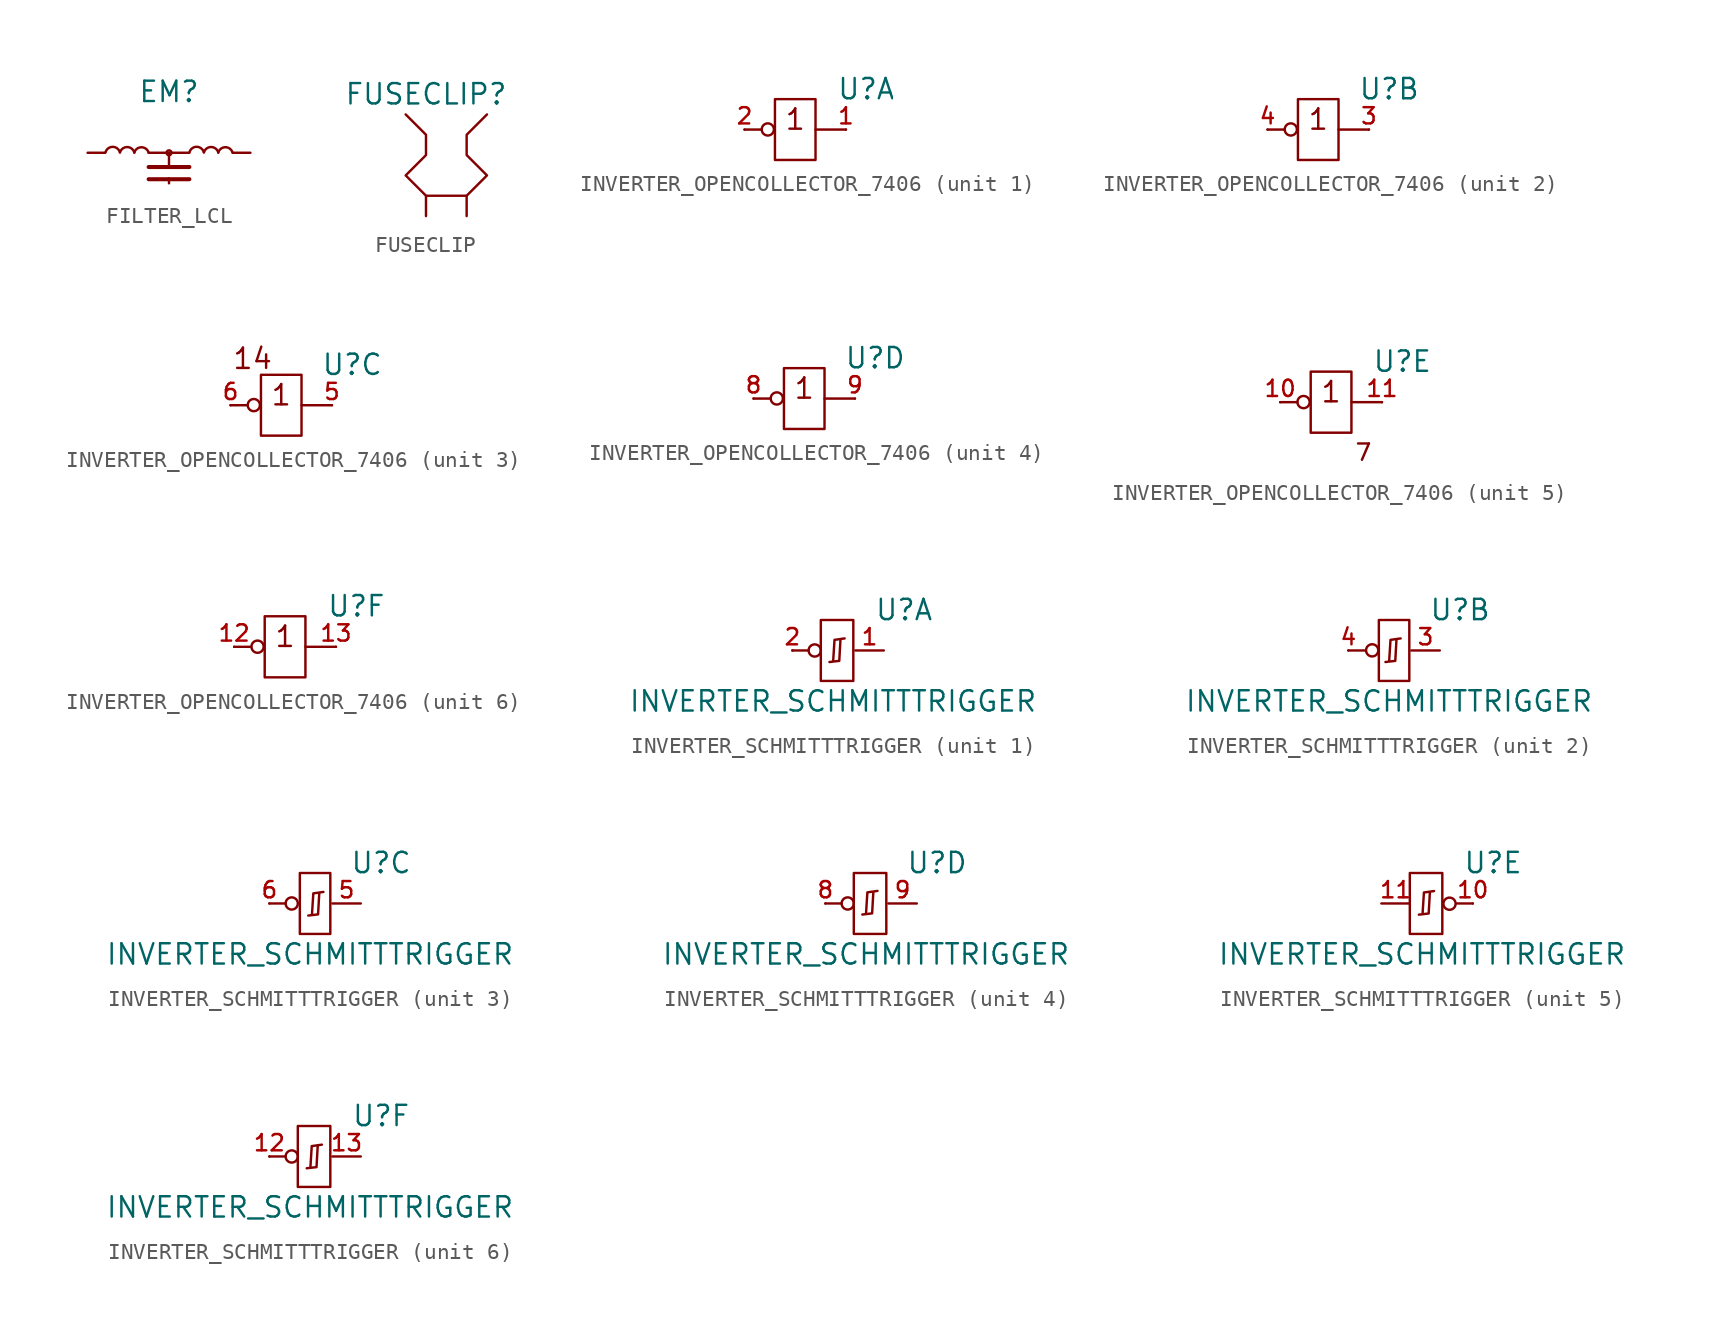
<source format=kicad_sym>
(kicad_symbol_lib
  (version 20220914)
  (generator kicad_symbol_editor)
  (symbol "FILTER_LCL"
    (property "Reference" "EM"
      (at 0 3.81 0)
      (effects (font (size 1.27 1.27))))
    (property "Value" ""
      (at 0 0 0)
      (effects (font (size 1.27 1.27))))
    (symbol "FILTER_LCL_0_1"
      (arc (start -3.0659 0.026) (mid -3.5091 0.3693) (end -3.9596 0.0356) (stroke (width 0) (type default)) (fill (type none)))
      (arc (start -2.1643 0.0121) (mid -2.6075 0.3554) (end -3.058 0.0217) (stroke (width 0) (type default)) (fill (type none)))
      (arc (start -1.27 0) (mid -1.7131 0.3433) (end -2.1637 0.0096) (stroke (width 0) (type default)) (fill (type none)))
      (polyline (pts (xy -5.08 0) (xy -3.983 0)) (stroke (width 0) (type default)) (fill (type none)))
      (polyline (pts (xy -1.27 -1.651) (xy 1.27 -1.651)) (stroke (width 0.254) (type default)) (fill (type none)))
      (polyline (pts (xy -1.27 -0.889) (xy 1.27 -0.889)) (stroke (width 0.254) (type default)) (fill (type none)))
      (polyline (pts (xy -1.27 0) (xy 1.27 0)) (stroke (width 0) (type default)) (fill (type none)))
      (polyline (pts (xy 0 -1.905) (xy 0 -1.602)) (stroke (width 0) (type default)) (fill (type none)))
      (polyline (pts (xy 0 -0.889) (xy 0 0)) (stroke (width 0) (type default)) (fill (type none)))
      (polyline (pts (xy 5.08 0) (xy 3.977 0)) (stroke (width 0) (type default)) (fill (type none)))
      (circle (center 0 0) (radius 0.152) (stroke (width 0) (type default)) (fill (type none)))
      (arc (start 2.1731 0.0288) (mid 1.7299 0.3721) (end 1.2794 0.0384) (stroke (width 0) (type default)) (fill (type none)))
      (arc (start 3.0747 0.0149) (mid 2.6315 0.3582) (end 2.181 0.0245) (stroke (width 0) (type default)) (fill (type none)))
      (arc (start 3.969 0.0028) (mid 3.5258 0.3461) (end 3.0753 0.0124) (stroke (width 0) (type default)) (fill (type none))))
    (symbol "FILTER_LCL_1_1"
      (pin input line (at -5.08 0 0) (length 1.27) hide (name "" (effects (font (size 1.27 1.27)))) (number "1" (effects (font (size 1.27 1.27)))))
      (pin input line (at 0 -1.905 90) (length 1.27) hide (name "" (effects (font (size 1.27 1.27)))) (number "2" (effects (font (size 1.27 1.27)))))
      (pin input line (at 5.08 0 180) (length 1.27) hide (name "" (effects (font (size 1.27 1.27)))) (number "3" (effects (font (size 1.27 1.27)))))))
  (symbol "FUSECLIP"
    (property "Reference" "FUSECLIP"
      (at -1.27 5.08 0)
      (effects (font (size 1.27 1.27))))
    (property "Value" ""
      (at 0 0 0)
      (effects (font (size 1.27 1.27))))
    (symbol "FUSECLIP_0_1"
      (polyline (pts (xy -1.27 -1.27) (xy -1.27 -2.54)) (stroke (width 0) (type default)) (fill (type none)))
      (polyline (pts (xy 1.27 -1.27) (xy 1.27 -2.54)) (stroke (width 0) (type default)) (fill (type none)))
      (polyline (pts (xy -2.54 3.81) (xy -1.27 2.54) (xy -1.27 1.27) (xy -2.54 0) (xy -1.27 -1.27) (xy 1.27 -1.27) (xy 2.54 0) (xy 1.27 1.27) (xy 1.27 2.54) (xy 2.54 3.81)) (stroke (width 0) (type default)) (fill (type none)))))
  (symbol "INVERTER_OPENCOLLECTOR_7406"
    (property "Reference" "U"
      (at 4.445 2.54 0)
      (effects (font (size 1.27 1.27))))
    (property "ki_locked" ""
      (at 0 0 0)
      (effects (font (size 1.27 1.27))))
    (symbol "INVERTER_OPENCOLLECTOR_7406_0_0"
      (text "1" (at 0 0.635 0) (effects (font (size 1.27 1.27)))))
    (symbol "INVERTER_OPENCOLLECTOR_7406_0_1"
      (circle (center -1.717 0.007) (radius 0.381) (stroke (width 0) (type default)) (fill (type none)))
      (rectangle (start -1.27 1.905) (end 1.27 -1.905) (stroke (width 0) (type default)) (fill (type none)))
      (polyline (pts (xy -3.175 0) (xy -2.11 0)) (stroke (width 0) (type default)) (fill (type none)))
      (polyline (pts (xy 3.175 0) (xy 1.27 0)) (stroke (width 0) (type default)) (fill (type none))))
    (symbol "INVERTER_OPENCOLLECTOR_7406_1_1"
      (pin input line (at 3.175 0 180) (length 0) (name "" (effects (font (size 1.27 1.27)))) (number "1" (effects (font (size 1.016 1.016)))))
      (pin output line (at -3.175 0 180) (length 0) (name "" (effects (font (size 1.27 1.27)))) (number "2" (effects (font (size 1.016 1.016))))))
    (symbol "INVERTER_OPENCOLLECTOR_7406_2_1"
      (pin output line (at 3.175 0 180) (length 0) (name "" (effects (font (size 1.27 1.27)))) (number "3" (effects (font (size 1.016 1.016)))))
      (pin output line (at -3.175 0 0) (length 0) (name "" (effects (font (size 1.27 1.27)))) (number "4" (effects (font (size 1.016 1.016))))))
    (symbol "INVERTER_OPENCOLLECTOR_7406_3_1"
      (text "14" (at -1.793 2.917 0) (effects (font (size 1.27 1.27))))
      (pin power_in line (at 0 1.905 180) (length 0) hide (name "" (effects (font (size 1.27 1.27)))) (number "14" (effects (font (size 1.016 1.016)))))
      (pin output line (at 3.175 0 180) (length 0) (name "" (effects (font (size 1.27 1.27)))) (number "5" (effects (font (size 1.016 1.016)))))
      (pin output line (at -3.175 0 0) (length 0) (name "" (effects (font (size 1.27 1.27)))) (number "6" (effects (font (size 1.016 1.016))))))
    (symbol "INVERTER_OPENCOLLECTOR_7406_4_1"
      (pin output line (at -3.175 0 0) (length 0) (name "" (effects (font (size 1.27 1.27)))) (number "8" (effects (font (size 1.016 1.016)))))
      (pin output line (at 3.175 0 180) (length 0) (name "" (effects (font (size 1.27 1.27)))) (number "9" (effects (font (size 1.016 1.016))))))
    (symbol "INVERTER_OPENCOLLECTOR_7406_5_1"
      (text "7" (at 2.023 -3.13 0) (effects (font (size 1.016 1.016))))
      (pin output line (at -3.175 0 0) (length 0) (name "" (effects (font (size 1.27 1.27)))) (number "10" (effects (font (size 1.016 1.016)))))
      (pin output line (at 3.175 0 180) (length 0) (name "" (effects (font (size 1.27 1.27)))) (number "11" (effects (font (size 1.016 1.016)))))
      (pin power_in line (at 0 -1.905 0) (length 0) hide (name "" (effects (font (size 1.27 1.27)))) (number "7" (effects (font (size 1.016 1.016))))))
    (symbol "INVERTER_OPENCOLLECTOR_7406_6_1"
      (pin output line (at -3.175 0 0) (length 0) (name "" (effects (font (size 1.27 1.27)))) (number "12" (effects (font (size 1.016 1.016)))))
      (pin output line (at 3.175 0 180) (length 0) (name "" (effects (font (size 1.27 1.27)))) (number "13" (effects (font (size 1.016 1.016)))))))
  (symbol "INVERTER_SCHMITTTRIGGER"
    (property "Reference" "U"
      (at 4.445 2.54 0)
      (effects (font (size 1.27 1.27))))
    (property "Value" "INVERTER_SCHMITTTRIGGER"
      (at 0 -3.175 0)
      (effects (font (size 1.27 1.27))))
    (property "ki_locked" ""
      (at 0 0 0)
      (effects (font (size 1.27 1.27))))
    (symbol "INVERTER_SCHMITTTRIGGER_1_1"
      (circle (center -1.143 0) (radius 0.381) (stroke (width 0) (type default)) (fill (type none)))
      (rectangle (start -0.762 1.905) (end 1.27 -1.905) (stroke (width 0) (type default)) (fill (type none)))
      (polyline (pts (xy -1.524 0) (xy -2.54 0)) (stroke (width 0) (type default)) (fill (type none)))
      (polyline (pts (xy -0.221 -0.722) (xy 0.392 -0.65) (xy 0.469 0.717) (xy 0.727 0.754) (xy 0.094 0.663) (xy 0.011 -0.65)) (stroke (width 0) (type default)) (fill (type none)))
      (pin output line (at 3.175 0 180) (length 1.778) (name "" (effects (font (size 1.27 1.27)))) (number "1" (effects (font (size 1.016 1.016)))))
      (pin output line (at -2.54 0 0) (length 0) (name "" (effects (font (size 1.27 1.27)))) (number "2" (effects (font (size 1.016 1.016))))))
    (symbol "INVERTER_SCHMITTTRIGGER_2_1"
      (circle (center -1.052 0.008) (radius 0.381) (stroke (width 0) (type default)) (fill (type none)))
      (rectangle (start -0.635 1.905) (end 1.27 -1.905) (stroke (width 0) (type default)) (fill (type none)))
      (polyline (pts (xy -1.524 0) (xy -2.54 0)) (stroke (width 0) (type default)) (fill (type none)))
      (polyline (pts (xy -0.221 -0.722) (xy 0.392 -0.65) (xy 0.469 0.717) (xy 0.727 0.754) (xy 0.094 0.663) (xy 0.011 -0.65)) (stroke (width 0) (type default)) (fill (type none)))
      (pin output line (at 3.175 0 180) (length 1.778) (name "" (effects (font (size 1.27 1.27)))) (number "3" (effects (font (size 1.016 1.016)))))
      (pin output line (at -2.54 0 0) (length 0) (name "" (effects (font (size 1.27 1.27)))) (number "4" (effects (font (size 1.016 1.016))))))
    (symbol "INVERTER_SCHMITTTRIGGER_3_1"
      (circle (center -1.143 0) (radius 0.381) (stroke (width 0) (type default)) (fill (type none)))
      (rectangle (start -0.635 1.905) (end 1.27 -1.905) (stroke (width 0) (type default)) (fill (type none)))
      (polyline (pts (xy -1.524 0) (xy -2.54 0)) (stroke (width 0) (type default)) (fill (type none)))
      (polyline (pts (xy -0.108 -0.755) (xy 0.504 -0.682) (xy 0.582 0.685) (xy 0.84 0.722) (xy 0.207 0.631) (xy 0.124 -0.682)) (stroke (width 0) (type default)) (fill (type none)))
      (pin output line (at 3.175 0 180) (length 1.778) (name "" (effects (font (size 1.27 1.27)))) (number "5" (effects (font (size 1.016 1.016)))))
      (pin output line (at -2.54 0 0) (length 0) (name "" (effects (font (size 1.27 1.27)))) (number "6" (effects (font (size 1.016 1.016))))))
    (symbol "INVERTER_SCHMITTTRIGGER_4_1"
      (circle (center -1.143 0) (radius 0.381) (stroke (width 0) (type default)) (fill (type none)))
      (rectangle (start -0.762 1.905) (end 1.27 -1.905) (stroke (width 0) (type default)) (fill (type none)))
      (polyline (pts (xy -1.524 0) (xy -2.54 0)) (stroke (width 0) (type default)) (fill (type none)))
      (polyline (pts (xy -0.229 -0.691) (xy 0.383 -0.619) (xy 0.461 0.748) (xy 0.718 0.785) (xy 0.086 0.695) (xy 0.002 -0.619)) (stroke (width 0) (type default)) (fill (type none)))
      (pin output line (at -2.54 0 0) (length 0) (name "" (effects (font (size 1.27 1.27)))) (number "8" (effects (font (size 1.016 1.016)))))
      (pin output line (at 3.175 0 180) (length 1.778) (name "" (effects (font (size 1.27 1.27)))) (number "9" (effects (font (size 1.016 1.016))))))
    (symbol "INVERTER_SCHMITTTRIGGER_5_1"
      (rectangle (start -0.762 1.905) (end 1.27 -1.905) (stroke (width 0) (type default)) (fill (type none)))
      (polyline (pts (xy 2.155 0) (xy 3.175 0)) (stroke (width 0) (type default)) (fill (type none)))
      (polyline (pts (xy -0.195 -0.7) (xy 0.417 -0.627) (xy 0.495 0.74) (xy 0.753 0.777) (xy 0.12 0.686) (xy 0.037 -0.627)) (stroke (width 0) (type default)) (fill (type none)))
      (circle (center 1.72 -0.015) (radius 0.381) (stroke (width 0) (type default)) (fill (type none)))
      (pin output line (at 3.175 0 180) (length 0) (name "" (effects (font (size 1.27 1.27)))) (number "10" (effects (font (size 1.016 1.016)))))
      (pin output line (at -2.54 0 0) (length 1.778) (name "" (effects (font (size 1.27 1.27)))) (number "11" (effects (font (size 1.016 1.016)))))
      (pin power_in line (at 0 1.905 180) (length 0) hide (name "" (effects (font (size 1.27 1.27)))) (number "14" (effects (font (size 1.016 1.016)))))
      (pin power_in line (at 0 -1.905 180) (length 0) hide (name "" (effects (font (size 1.27 1.27)))) (number "7" (effects (font (size 1.016 1.016))))))
    (symbol "INVERTER_SCHMITTTRIGGER_6_1"
      (circle (center -1.143 0) (radius 0.381) (stroke (width 0) (type default)) (fill (type none)))
      (rectangle (start -0.762 1.905) (end 1.27 -1.905) (stroke (width 0) (type default)) (fill (type none)))
      (polyline (pts (xy -1.524 0) (xy -2.54 0)) (stroke (width 0) (type default)) (fill (type none)))
      (polyline (pts (xy -0.205 -0.738) (xy 0.407 -0.666) (xy 0.484 0.701) (xy 0.742 0.738) (xy 0.109 0.648) (xy 0.026 -0.666)) (stroke (width 0) (type default)) (fill (type none)))
      (pin output line (at -2.54 0 0) (length 0) (name "" (effects (font (size 1.27 1.27)))) (number "12" (effects (font (size 1.016 1.016)))))
      (pin output line (at 3.175 0 180) (length 1.778) (name "" (effects (font (size 1.27 1.27)))) (number "13" (effects (font (size 1.016 1.016))))))))
</source>
